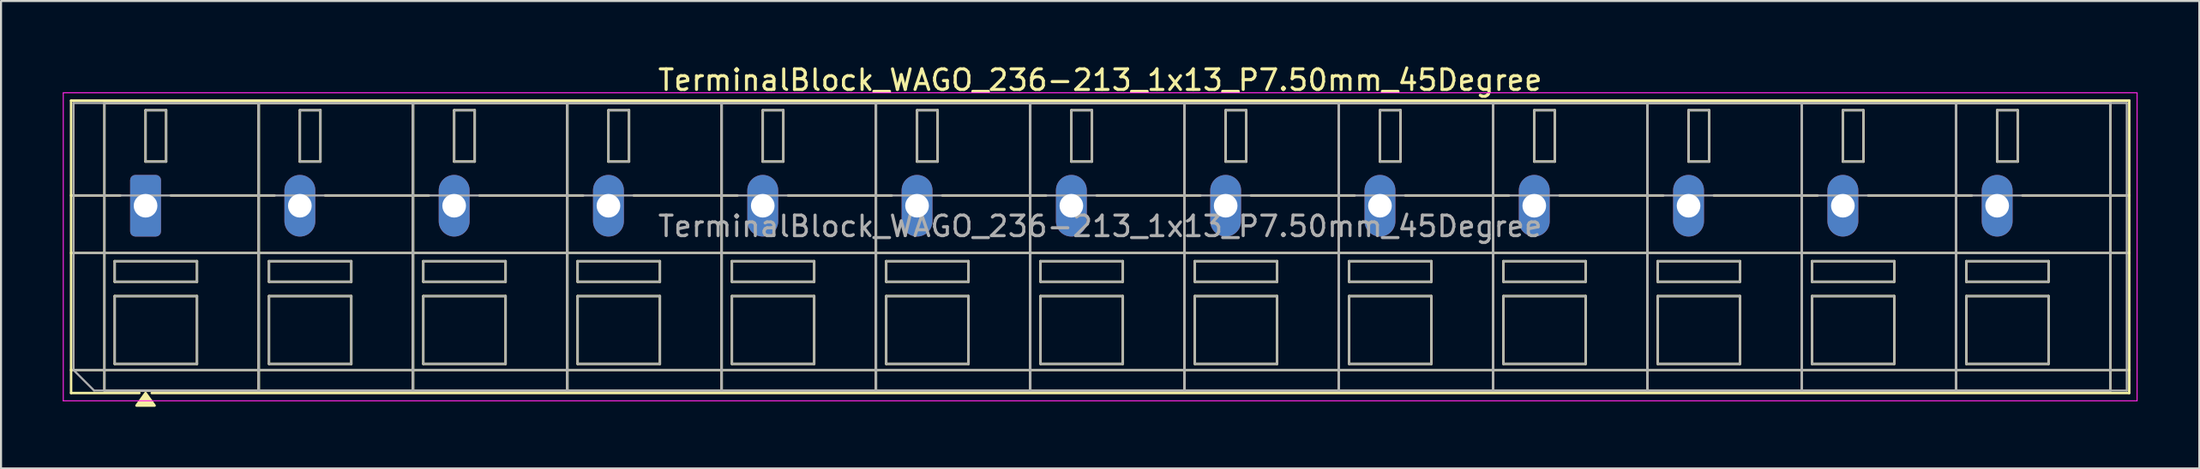
<source format=kicad_pcb>
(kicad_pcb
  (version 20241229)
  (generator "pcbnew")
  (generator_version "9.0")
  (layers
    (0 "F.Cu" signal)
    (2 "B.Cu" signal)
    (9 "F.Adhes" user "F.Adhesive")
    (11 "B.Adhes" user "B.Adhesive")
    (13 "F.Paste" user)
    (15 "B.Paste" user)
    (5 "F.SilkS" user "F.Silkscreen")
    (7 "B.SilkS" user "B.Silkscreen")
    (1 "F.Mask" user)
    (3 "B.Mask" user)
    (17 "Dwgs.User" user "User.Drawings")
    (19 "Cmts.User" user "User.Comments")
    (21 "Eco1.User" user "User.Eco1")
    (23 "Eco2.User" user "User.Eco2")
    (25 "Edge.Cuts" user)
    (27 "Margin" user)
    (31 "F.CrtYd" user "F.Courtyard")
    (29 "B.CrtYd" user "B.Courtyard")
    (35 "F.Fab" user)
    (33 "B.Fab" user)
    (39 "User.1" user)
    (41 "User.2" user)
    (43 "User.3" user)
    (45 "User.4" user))
  (footprint "TerminalBlock_WAGO_236-213_1x13_P7.50mm_45Degree"
    (layer "F.Cu")
    (at 4.025 6.968)
    (property "Reference" "TerminalBlock_WAGO_236-213_1x13_P7.50mm_45Degree" (at 46.4 -6.12 0) (layer "F.SilkS") (effects (font (size 1 1) (thickness 0.15))))
    (attr through_hole)
    (fp_line (start -3.62 -5.12) (end -3.62 9.12) (stroke (width 0.12) (type solid)) (layer "F.SilkS"))
    (fp_line (start -3.62 -5.12) (end 96.42 -5.12) (stroke (width 0.12) (type solid)) (layer "F.SilkS"))
    (fp_line (start -3.62 -0.5) (end -1.23 -0.5) (stroke (width 0.12) (type solid)) (layer "F.SilkS"))
    (fp_line (start -3.62 2.3) (end 96.42 2.3) (stroke (width 0.12) (type solid)) (layer "F.SilkS"))
    (fp_line (start -3.62 8) (end 96.42 8) (stroke (width 0.12) (type solid)) (layer "F.SilkS"))
    (fp_line (start -3.62 9.12) (end -0.3 9.12) (stroke (width 0.12) (type solid)) (layer "F.SilkS"))
    (fp_line (start -2 -5) (end -2 9) (stroke (width 0.12) (type solid)) (layer "F.SilkS"))
    (fp_line (start -2 -5) (end 5.5 -5) (stroke (width 0.12) (type solid)) (layer "F.SilkS"))
    (fp_line (start -2 9) (end 5.5 9) (stroke (width 0.12) (type solid)) (layer "F.SilkS"))
    (fp_line (start -1.5 2.7) (end -1.5 3.7) (stroke (width 0.12) (type solid)) (layer "F.SilkS"))
    (fp_line (start -1.5 2.7) (end 2.5 2.7) (stroke (width 0.12) (type solid)) (layer "F.SilkS"))
    (fp_line (start -1.5 3.7) (end 2.5 3.7) (stroke (width 0.12) (type solid)) (layer "F.SilkS"))
    (fp_line (start -1.5 4.4) (end -1.5 7.7) (stroke (width 0.12) (type solid)) (layer "F.SilkS"))
    (fp_line (start -1.5 4.4) (end 2.5 4.4) (stroke (width 0.12) (type solid)) (layer "F.SilkS"))
    (fp_line (start -1.5 7.7) (end 2.5 7.7) (stroke (width 0.12) (type solid)) (layer "F.SilkS"))
    (fp_line (start 0 -4.65) (end 0 -2.15) (stroke (width 0.12) (type solid)) (layer "F.SilkS"))
    (fp_line (start 0 -4.65) (end 1 -4.65) (stroke (width 0.12) (type solid)) (layer "F.SilkS"))
    (fp_line (start 0 -2.15) (end 1 -2.15) (stroke (width 0.12) (type solid)) (layer "F.SilkS"))
    (fp_line (start 0.3 9.12) (end 96.42 9.12) (stroke (width 0.12) (type solid)) (layer "F.SilkS"))
    (fp_line (start 1 -4.65) (end 1 -2.15) (stroke (width 0.12) (type solid)) (layer "F.SilkS"))
    (fp_line (start 1.23 -0.5) (end 6.27 -0.5) (stroke (width 0.12) (type solid)) (layer "F.SilkS"))
    (fp_line (start 2.5 2.7) (end 2.5 3.7) (stroke (width 0.12) (type solid)) (layer "F.SilkS"))
    (fp_line (start 2.5 4.4) (end 2.5 7.7) (stroke (width 0.12) (type solid)) (layer "F.SilkS"))
    (fp_line (start 5.5 -5) (end 5.5 9) (stroke (width 0.12) (type solid)) (layer "F.SilkS"))
    (fp_line (start 5.5 -5) (end 5.5 9) (stroke (width 0.12) (type solid)) (layer "F.SilkS"))
    (fp_line (start 5.5 -5) (end 13 -5) (stroke (width 0.12) (type solid)) (layer "F.SilkS"))
    (fp_line (start 5.5 9) (end 13 9) (stroke (width 0.12) (type solid)) (layer "F.SilkS"))
    (fp_line (start 6 2.7) (end 6 3.7) (stroke (width 0.12) (type solid)) (layer "F.SilkS"))
    (fp_line (start 6 2.7) (end 10 2.7) (stroke (width 0.12) (type solid)) (layer "F.SilkS"))
    (fp_line (start 6 3.7) (end 10 3.7) (stroke (width 0.12) (type solid)) (layer "F.SilkS"))
    (fp_line (start 6 4.4) (end 6 7.7) (stroke (width 0.12) (type solid)) (layer "F.SilkS"))
    (fp_line (start 6 4.4) (end 10 4.4) (stroke (width 0.12) (type solid)) (layer "F.SilkS"))
    (fp_line (start 6 7.7) (end 10 7.7) (stroke (width 0.12) (type solid)) (layer "F.SilkS"))
    (fp_line (start 7.5 -4.65) (end 7.5 -2.15) (stroke (width 0.12) (type solid)) (layer "F.SilkS"))
    (fp_line (start 7.5 -4.65) (end 8.5 -4.65) (stroke (width 0.12) (type solid)) (layer "F.SilkS"))
    (fp_line (start 7.5 -2.15) (end 8.5 -2.15) (stroke (width 0.12) (type solid)) (layer "F.SilkS"))
    (fp_line (start 8.5 -4.65) (end 8.5 -2.15) (stroke (width 0.12) (type solid)) (layer "F.SilkS"))
    (fp_line (start 8.73 -0.5) (end 13.77 -0.5) (stroke (width 0.12) (type solid)) (layer "F.SilkS"))
    (fp_line (start 10 2.7) (end 10 3.7) (stroke (width 0.12) (type solid)) (layer "F.SilkS"))
    (fp_line (start 10 4.4) (end 10 7.7) (stroke (width 0.12) (type solid)) (layer "F.SilkS"))
    (fp_line (start 13 -5) (end 13 9) (stroke (width 0.12) (type solid)) (layer "F.SilkS"))
    (fp_line (start 13 -5) (end 13 9) (stroke (width 0.12) (type solid)) (layer "F.SilkS"))
    (fp_line (start 13 -5) (end 20.5 -5) (stroke (width 0.12) (type solid)) (layer "F.SilkS"))
    (fp_line (start 13 9) (end 20.5 9) (stroke (width 0.12) (type solid)) (layer "F.SilkS"))
    (fp_line (start 13.5 2.7) (end 13.5 3.7) (stroke (width 0.12) (type solid)) (layer "F.SilkS"))
    (fp_line (start 13.5 2.7) (end 17.5 2.7) (stroke (width 0.12) (type solid)) (layer "F.SilkS"))
    (fp_line (start 13.5 3.7) (end 17.5 3.7) (stroke (width 0.12) (type solid)) (layer "F.SilkS"))
    (fp_line (start 13.5 4.4) (end 13.5 7.7) (stroke (width 0.12) (type solid)) (layer "F.SilkS"))
    (fp_line (start 13.5 4.4) (end 17.5 4.4) (stroke (width 0.12) (type solid)) (layer "F.SilkS"))
    (fp_line (start 13.5 7.7) (end 17.5 7.7) (stroke (width 0.12) (type solid)) (layer "F.SilkS"))
    (fp_line (start 15 -4.65) (end 15 -2.15) (stroke (width 0.12) (type solid)) (layer "F.SilkS"))
    (fp_line (start 15 -4.65) (end 16 -4.65) (stroke (width 0.12) (type solid)) (layer "F.SilkS"))
    (fp_line (start 15 -2.15) (end 16 -2.15) (stroke (width 0.12) (type solid)) (layer "F.SilkS"))
    (fp_line (start 16 -4.65) (end 16 -2.15) (stroke (width 0.12) (type solid)) (layer "F.SilkS"))
    (fp_line (start 16.23 -0.5) (end 21.27 -0.5) (stroke (width 0.12) (type solid)) (layer "F.SilkS"))
    (fp_line (start 17.5 2.7) (end 17.5 3.7) (stroke (width 0.12) (type solid)) (layer "F.SilkS"))
    (fp_line (start 17.5 4.4) (end 17.5 7.7) (stroke (width 0.12) (type solid)) (layer "F.SilkS"))
    (fp_line (start 20.5 -5) (end 20.5 9) (stroke (width 0.12) (type solid)) (layer "F.SilkS"))
    (fp_line (start 20.5 -5) (end 20.5 9) (stroke (width 0.12) (type solid)) (layer "F.SilkS"))
    (fp_line (start 20.5 -5) (end 28 -5) (stroke (width 0.12) (type solid)) (layer "F.SilkS"))
    (fp_line (start 20.5 9) (end 28 9) (stroke (width 0.12) (type solid)) (layer "F.SilkS"))
    (fp_line (start 21 2.7) (end 21 3.7) (stroke (width 0.12) (type solid)) (layer "F.SilkS"))
    (fp_line (start 21 2.7) (end 25 2.7) (stroke (width 0.12) (type solid)) (layer "F.SilkS"))
    (fp_line (start 21 3.7) (end 25 3.7) (stroke (width 0.12) (type solid)) (layer "F.SilkS"))
    (fp_line (start 21 4.4) (end 21 7.7) (stroke (width 0.12) (type solid)) (layer "F.SilkS"))
    (fp_line (start 21 4.4) (end 25 4.4) (stroke (width 0.12) (type solid)) (layer "F.SilkS"))
    (fp_line (start 21 7.7) (end 25 7.7) (stroke (width 0.12) (type solid)) (layer "F.SilkS"))
    (fp_line (start 22.5 -4.65) (end 22.5 -2.15) (stroke (width 0.12) (type solid)) (layer "F.SilkS"))
    (fp_line (start 22.5 -4.65) (end 23.5 -4.65) (stroke (width 0.12) (type solid)) (layer "F.SilkS"))
    (fp_line (start 22.5 -2.15) (end 23.5 -2.15) (stroke (width 0.12) (type solid)) (layer "F.SilkS"))
    (fp_line (start 23.5 -4.65) (end 23.5 -2.15) (stroke (width 0.12) (type solid)) (layer "F.SilkS"))
    (fp_line (start 23.73 -0.5) (end 28.77 -0.5) (stroke (width 0.12) (type solid)) (layer "F.SilkS"))
    (fp_line (start 25 2.7) (end 25 3.7) (stroke (width 0.12) (type solid)) (layer "F.SilkS"))
    (fp_line (start 25 4.4) (end 25 7.7) (stroke (width 0.12) (type solid)) (layer "F.SilkS"))
    (fp_line (start 28 -5) (end 28 9) (stroke (width 0.12) (type solid)) (layer "F.SilkS"))
    (fp_line (start 28 -5) (end 28 9) (stroke (width 0.12) (type solid)) (layer "F.SilkS"))
    (fp_line (start 28 -5) (end 35.5 -5) (stroke (width 0.12) (type solid)) (layer "F.SilkS"))
    (fp_line (start 28 9) (end 35.5 9) (stroke (width 0.12) (type solid)) (layer "F.SilkS"))
    (fp_line (start 28.5 2.7) (end 28.5 3.7) (stroke (width 0.12) (type solid)) (layer "F.SilkS"))
    (fp_line (start 28.5 2.7) (end 32.5 2.7) (stroke (width 0.12) (type solid)) (layer "F.SilkS"))
    (fp_line (start 28.5 3.7) (end 32.5 3.7) (stroke (width 0.12) (type solid)) (layer "F.SilkS"))
    (fp_line (start 28.5 4.4) (end 28.5 7.7) (stroke (width 0.12) (type solid)) (layer "F.SilkS"))
    (fp_line (start 28.5 4.4) (end 32.5 4.4) (stroke (width 0.12) (type solid)) (layer "F.SilkS"))
    (fp_line (start 28.5 7.7) (end 32.5 7.7) (stroke (width 0.12) (type solid)) (layer "F.SilkS"))
    (fp_line (start 30 -4.65) (end 30 -2.15) (stroke (width 0.12) (type solid)) (layer "F.SilkS"))
    (fp_line (start 30 -4.65) (end 31 -4.65) (stroke (width 0.12) (type solid)) (layer "F.SilkS"))
    (fp_line (start 30 -2.15) (end 31 -2.15) (stroke (width 0.12) (type solid)) (layer "F.SilkS"))
    (fp_line (start 31 -4.65) (end 31 -2.15) (stroke (width 0.12) (type solid)) (layer "F.SilkS"))
    (fp_line (start 31.23 -0.5) (end 36.27 -0.5) (stroke (width 0.12) (type solid)) (layer "F.SilkS"))
    (fp_line (start 32.5 2.7) (end 32.5 3.7) (stroke (width 0.12) (type solid)) (layer "F.SilkS"))
    (fp_line (start 32.5 4.4) (end 32.5 7.7) (stroke (width 0.12) (type solid)) (layer "F.SilkS"))
    (fp_line (start 35.5 -5) (end 35.5 9) (stroke (width 0.12) (type solid)) (layer "F.SilkS"))
    (fp_line (start 35.5 -5) (end 35.5 9) (stroke (width 0.12) (type solid)) (layer "F.SilkS"))
    (fp_line (start 35.5 -5) (end 43 -5) (stroke (width 0.12) (type solid)) (layer "F.SilkS"))
    (fp_line (start 35.5 9) (end 43 9) (stroke (width 0.12) (type solid)) (layer "F.SilkS"))
    (fp_line (start 36 2.7) (end 36 3.7) (stroke (width 0.12) (type solid)) (layer "F.SilkS"))
    (fp_line (start 36 2.7) (end 40 2.7) (stroke (width 0.12) (type solid)) (layer "F.SilkS"))
    (fp_line (start 36 3.7) (end 40 3.7) (stroke (width 0.12) (type solid)) (layer "F.SilkS"))
    (fp_line (start 36 4.4) (end 36 7.7) (stroke (width 0.12) (type solid)) (layer "F.SilkS"))
    (fp_line (start 36 4.4) (end 40 4.4) (stroke (width 0.12) (type solid)) (layer "F.SilkS"))
    (fp_line (start 36 7.7) (end 40 7.7) (stroke (width 0.12) (type solid)) (layer "F.SilkS"))
    (fp_line (start 37.5 -4.65) (end 37.5 -2.15) (stroke (width 0.12) (type solid)) (layer "F.SilkS"))
    (fp_line (start 37.5 -4.65) (end 38.5 -4.65) (stroke (width 0.12) (type solid)) (layer "F.SilkS"))
    (fp_line (start 37.5 -2.15) (end 38.5 -2.15) (stroke (width 0.12) (type solid)) (layer "F.SilkS"))
    (fp_line (start 38.5 -4.65) (end 38.5 -2.15) (stroke (width 0.12) (type solid)) (layer "F.SilkS"))
    (fp_line (start 38.73 -0.5) (end 43.77 -0.5) (stroke (width 0.12) (type solid)) (layer "F.SilkS"))
    (fp_line (start 40 2.7) (end 40 3.7) (stroke (width 0.12) (type solid)) (layer "F.SilkS"))
    (fp_line (start 40 4.4) (end 40 7.7) (stroke (width 0.12) (type solid)) (layer "F.SilkS"))
    (fp_line (start 43 -5) (end 43 9) (stroke (width 0.12) (type solid)) (layer "F.SilkS"))
    (fp_line (start 43 -5) (end 43 9) (stroke (width 0.12) (type solid)) (layer "F.SilkS"))
    (fp_line (start 43 -5) (end 50.5 -5) (stroke (width 0.12) (type solid)) (layer "F.SilkS"))
    (fp_line (start 43 9) (end 50.5 9) (stroke (width 0.12) (type solid)) (layer "F.SilkS"))
    (fp_line (start 43.5 2.7) (end 43.5 3.7) (stroke (width 0.12) (type solid)) (layer "F.SilkS"))
    (fp_line (start 43.5 2.7) (end 47.5 2.7) (stroke (width 0.12) (type solid)) (layer "F.SilkS"))
    (fp_line (start 43.5 3.7) (end 47.5 3.7) (stroke (width 0.12) (type solid)) (layer "F.SilkS"))
    (fp_line (start 43.5 4.4) (end 43.5 7.7) (stroke (width 0.12) (type solid)) (layer "F.SilkS"))
    (fp_line (start 43.5 4.4) (end 47.5 4.4) (stroke (width 0.12) (type solid)) (layer "F.SilkS"))
    (fp_line (start 43.5 7.7) (end 47.5 7.7) (stroke (width 0.12) (type solid)) (layer "F.SilkS"))
    (fp_line (start 45 -4.65) (end 45 -2.15) (stroke (width 0.12) (type solid)) (layer "F.SilkS"))
    (fp_line (start 45 -4.65) (end 46 -4.65) (stroke (width 0.12) (type solid)) (layer "F.SilkS"))
    (fp_line (start 45 -2.15) (end 46 -2.15) (stroke (width 0.12) (type solid)) (layer "F.SilkS"))
    (fp_line (start 46 -4.65) (end 46 -2.15) (stroke (width 0.12) (type solid)) (layer "F.SilkS"))
    (fp_line (start 46.23 -0.5) (end 51.27 -0.5) (stroke (width 0.12) (type solid)) (layer "F.SilkS"))
    (fp_line (start 47.5 2.7) (end 47.5 3.7) (stroke (width 0.12) (type solid)) (layer "F.SilkS"))
    (fp_line (start 47.5 4.4) (end 47.5 7.7) (stroke (width 0.12) (type solid)) (layer "F.SilkS"))
    (fp_line (start 50.5 -5) (end 50.5 9) (stroke (width 0.12) (type solid)) (layer "F.SilkS"))
    (fp_line (start 50.5 -5) (end 50.5 9) (stroke (width 0.12) (type solid)) (layer "F.SilkS"))
    (fp_line (start 50.5 -5) (end 58 -5) (stroke (width 0.12) (type solid)) (layer "F.SilkS"))
    (fp_line (start 50.5 9) (end 58 9) (stroke (width 0.12) (type solid)) (layer "F.SilkS"))
    (fp_line (start 51 2.7) (end 51 3.7) (stroke (width 0.12) (type solid)) (layer "F.SilkS"))
    (fp_line (start 51 2.7) (end 55 2.7) (stroke (width 0.12) (type solid)) (layer "F.SilkS"))
    (fp_line (start 51 3.7) (end 55 3.7) (stroke (width 0.12) (type solid)) (layer "F.SilkS"))
    (fp_line (start 51 4.4) (end 51 7.7) (stroke (width 0.12) (type solid)) (layer "F.SilkS"))
    (fp_line (start 51 4.4) (end 55 4.4) (stroke (width 0.12) (type solid)) (layer "F.SilkS"))
    (fp_line (start 51 7.7) (end 55 7.7) (stroke (width 0.12) (type solid)) (layer "F.SilkS"))
    (fp_line (start 52.5 -4.65) (end 52.5 -2.15) (stroke (width 0.12) (type solid)) (layer "F.SilkS"))
    (fp_line (start 52.5 -4.65) (end 53.5 -4.65) (stroke (width 0.12) (type solid)) (layer "F.SilkS"))
    (fp_line (start 52.5 -2.15) (end 53.5 -2.15) (stroke (width 0.12) (type solid)) (layer "F.SilkS"))
    (fp_line (start 53.5 -4.65) (end 53.5 -2.15) (stroke (width 0.12) (type solid)) (layer "F.SilkS"))
    (fp_line (start 53.73 -0.5) (end 58.77 -0.5) (stroke (width 0.12) (type solid)) (layer "F.SilkS"))
    (fp_line (start 55 2.7) (end 55 3.7) (stroke (width 0.12) (type solid)) (layer "F.SilkS"))
    (fp_line (start 55 4.4) (end 55 7.7) (stroke (width 0.12) (type solid)) (layer "F.SilkS"))
    (fp_line (start 58 -5) (end 58 9) (stroke (width 0.12) (type solid)) (layer "F.SilkS"))
    (fp_line (start 58 -5) (end 58 9) (stroke (width 0.12) (type solid)) (layer "F.SilkS"))
    (fp_line (start 58 -5) (end 65.5 -5) (stroke (width 0.12) (type solid)) (layer "F.SilkS"))
    (fp_line (start 58 9) (end 65.5 9) (stroke (width 0.12) (type solid)) (layer "F.SilkS"))
    (fp_line (start 58.5 2.7) (end 58.5 3.7) (stroke (width 0.12) (type solid)) (layer "F.SilkS"))
    (fp_line (start 58.5 2.7) (end 62.5 2.7) (stroke (width 0.12) (type solid)) (layer "F.SilkS"))
    (fp_line (start 58.5 3.7) (end 62.5 3.7) (stroke (width 0.12) (type solid)) (layer "F.SilkS"))
    (fp_line (start 58.5 4.4) (end 58.5 7.7) (stroke (width 0.12) (type solid)) (layer "F.SilkS"))
    (fp_line (start 58.5 4.4) (end 62.5 4.4) (stroke (width 0.12) (type solid)) (layer "F.SilkS"))
    (fp_line (start 58.5 7.7) (end 62.5 7.7) (stroke (width 0.12) (type solid)) (layer "F.SilkS"))
    (fp_line (start 60 -4.65) (end 60 -2.15) (stroke (width 0.12) (type solid)) (layer "F.SilkS"))
    (fp_line (start 60 -4.65) (end 61 -4.65) (stroke (width 0.12) (type solid)) (layer "F.SilkS"))
    (fp_line (start 60 -2.15) (end 61 -2.15) (stroke (width 0.12) (type solid)) (layer "F.SilkS"))
    (fp_line (start 61 -4.65) (end 61 -2.15) (stroke (width 0.12) (type solid)) (layer "F.SilkS"))
    (fp_line (start 61.23 -0.5) (end 66.27 -0.5) (stroke (width 0.12) (type solid)) (layer "F.SilkS"))
    (fp_line (start 62.5 2.7) (end 62.5 3.7) (stroke (width 0.12) (type solid)) (layer "F.SilkS"))
    (fp_line (start 62.5 4.4) (end 62.5 7.7) (stroke (width 0.12) (type solid)) (layer "F.SilkS"))
    (fp_line (start 65.5 -5) (end 65.5 9) (stroke (width 0.12) (type solid)) (layer "F.SilkS"))
    (fp_line (start 65.5 -5) (end 65.5 9) (stroke (width 0.12) (type solid)) (layer "F.SilkS"))
    (fp_line (start 65.5 -5) (end 73 -5) (stroke (width 0.12) (type solid)) (layer "F.SilkS"))
    (fp_line (start 65.5 9) (end 73 9) (stroke (width 0.12) (type solid)) (layer "F.SilkS"))
    (fp_line (start 66 2.7) (end 66 3.7) (stroke (width 0.12) (type solid)) (layer "F.SilkS"))
    (fp_line (start 66 2.7) (end 70 2.7) (stroke (width 0.12) (type solid)) (layer "F.SilkS"))
    (fp_line (start 66 3.7) (end 70 3.7) (stroke (width 0.12) (type solid)) (layer "F.SilkS"))
    (fp_line (start 66 4.4) (end 66 7.7) (stroke (width 0.12) (type solid)) (layer "F.SilkS"))
    (fp_line (start 66 4.4) (end 70 4.4) (stroke (width 0.12) (type solid)) (layer "F.SilkS"))
    (fp_line (start 66 7.7) (end 70 7.7) (stroke (width 0.12) (type solid)) (layer "F.SilkS"))
    (fp_line (start 67.5 -4.65) (end 67.5 -2.15) (stroke (width 0.12) (type solid)) (layer "F.SilkS"))
    (fp_line (start 67.5 -4.65) (end 68.5 -4.65) (stroke (width 0.12) (type solid)) (layer "F.SilkS"))
    (fp_line (start 67.5 -2.15) (end 68.5 -2.15) (stroke (width 0.12) (type solid)) (layer "F.SilkS"))
    (fp_line (start 68.5 -4.65) (end 68.5 -2.15) (stroke (width 0.12) (type solid)) (layer "F.SilkS"))
    (fp_line (start 68.73 -0.5) (end 73.77 -0.5) (stroke (width 0.12) (type solid)) (layer "F.SilkS"))
    (fp_line (start 70 2.7) (end 70 3.7) (stroke (width 0.12) (type solid)) (layer "F.SilkS"))
    (fp_line (start 70 4.4) (end 70 7.7) (stroke (width 0.12) (type solid)) (layer "F.SilkS"))
    (fp_line (start 73 -5) (end 73 9) (stroke (width 0.12) (type solid)) (layer "F.SilkS"))
    (fp_line (start 73 -5) (end 73 9) (stroke (width 0.12) (type solid)) (layer "F.SilkS"))
    (fp_line (start 73 -5) (end 80.5 -5) (stroke (width 0.12) (type solid)) (layer "F.SilkS"))
    (fp_line (start 73 9) (end 80.5 9) (stroke (width 0.12) (type solid)) (layer "F.SilkS"))
    (fp_line (start 73.5 2.7) (end 73.5 3.7) (stroke (width 0.12) (type solid)) (layer "F.SilkS"))
    (fp_line (start 73.5 2.7) (end 77.5 2.7) (stroke (width 0.12) (type solid)) (layer "F.SilkS"))
    (fp_line (start 73.5 3.7) (end 77.5 3.7) (stroke (width 0.12) (type solid)) (layer "F.SilkS"))
    (fp_line (start 73.5 4.4) (end 73.5 7.7) (stroke (width 0.12) (type solid)) (layer "F.SilkS"))
    (fp_line (start 73.5 4.4) (end 77.5 4.4) (stroke (width 0.12) (type solid)) (layer "F.SilkS"))
    (fp_line (start 73.5 7.7) (end 77.5 7.7) (stroke (width 0.12) (type solid)) (layer "F.SilkS"))
    (fp_line (start 75 -4.65) (end 75 -2.15) (stroke (width 0.12) (type solid)) (layer "F.SilkS"))
    (fp_line (start 75 -4.65) (end 76 -4.65) (stroke (width 0.12) (type solid)) (layer "F.SilkS"))
    (fp_line (start 75 -2.15) (end 76 -2.15) (stroke (width 0.12) (type solid)) (layer "F.SilkS"))
    (fp_line (start 76 -4.65) (end 76 -2.15) (stroke (width 0.12) (type solid)) (layer "F.SilkS"))
    (fp_line (start 76.23 -0.5) (end 81.27 -0.5) (stroke (width 0.12) (type solid)) (layer "F.SilkS"))
    (fp_line (start 77.5 2.7) (end 77.5 3.7) (stroke (width 0.12) (type solid)) (layer "F.SilkS"))
    (fp_line (start 77.5 4.4) (end 77.5 7.7) (stroke (width 0.12) (type solid)) (layer "F.SilkS"))
    (fp_line (start 80.5 -5) (end 80.5 9) (stroke (width 0.12) (type solid)) (layer "F.SilkS"))
    (fp_line (start 80.5 -5) (end 80.5 9) (stroke (width 0.12) (type solid)) (layer "F.SilkS"))
    (fp_line (start 80.5 -5) (end 88 -5) (stroke (width 0.12) (type solid)) (layer "F.SilkS"))
    (fp_line (start 80.5 9) (end 88 9) (stroke (width 0.12) (type solid)) (layer "F.SilkS"))
    (fp_line (start 81 2.7) (end 81 3.7) (stroke (width 0.12) (type solid)) (layer "F.SilkS"))
    (fp_line (start 81 2.7) (end 85 2.7) (stroke (width 0.12) (type solid)) (layer "F.SilkS"))
    (fp_line (start 81 3.7) (end 85 3.7) (stroke (width 0.12) (type solid)) (layer "F.SilkS"))
    (fp_line (start 81 4.4) (end 81 7.7) (stroke (width 0.12) (type solid)) (layer "F.SilkS"))
    (fp_line (start 81 4.4) (end 85 4.4) (stroke (width 0.12) (type solid)) (layer "F.SilkS"))
    (fp_line (start 81 7.7) (end 85 7.7) (stroke (width 0.12) (type solid)) (layer "F.SilkS"))
    (fp_line (start 82.5 -4.65) (end 82.5 -2.15) (stroke (width 0.12) (type solid)) (layer "F.SilkS"))
    (fp_line (start 82.5 -4.65) (end 83.5 -4.65) (stroke (width 0.12) (type solid)) (layer "F.SilkS"))
    (fp_line (start 82.5 -2.15) (end 83.5 -2.15) (stroke (width 0.12) (type solid)) (layer "F.SilkS"))
    (fp_line (start 83.5 -4.65) (end 83.5 -2.15) (stroke (width 0.12) (type solid)) (layer "F.SilkS"))
    (fp_line (start 83.73 -0.5) (end 88.77 -0.5) (stroke (width 0.12) (type solid)) (layer "F.SilkS"))
    (fp_line (start 85 2.7) (end 85 3.7) (stroke (width 0.12) (type solid)) (layer "F.SilkS"))
    (fp_line (start 85 4.4) (end 85 7.7) (stroke (width 0.12) (type solid)) (layer "F.SilkS"))
    (fp_line (start 88 -5) (end 88 9) (stroke (width 0.12) (type solid)) (layer "F.SilkS"))
    (fp_line (start 88 -5) (end 88 9) (stroke (width 0.12) (type solid)) (layer "F.SilkS"))
    (fp_line (start 88 -5) (end 95.5 -5) (stroke (width 0.12) (type solid)) (layer "F.SilkS"))
    (fp_line (start 88 9) (end 95.5 9) (stroke (width 0.12) (type solid)) (layer "F.SilkS"))
    (fp_line (start 88.5 2.7) (end 88.5 3.7) (stroke (width 0.12) (type solid)) (layer "F.SilkS"))
    (fp_line (start 88.5 2.7) (end 92.5 2.7) (stroke (width 0.12) (type solid)) (layer "F.SilkS"))
    (fp_line (start 88.5 3.7) (end 92.5 3.7) (stroke (width 0.12) (type solid)) (layer "F.SilkS"))
    (fp_line (start 88.5 4.4) (end 88.5 7.7) (stroke (width 0.12) (type solid)) (layer "F.SilkS"))
    (fp_line (start 88.5 4.4) (end 92.5 4.4) (stroke (width 0.12) (type solid)) (layer "F.SilkS"))
    (fp_line (start 88.5 7.7) (end 92.5 7.7) (stroke (width 0.12) (type solid)) (layer "F.SilkS"))
    (fp_line (start 90 -4.65) (end 90 -2.15) (stroke (width 0.12) (type solid)) (layer "F.SilkS"))
    (fp_line (start 90 -4.65) (end 91 -4.65) (stroke (width 0.12) (type solid)) (layer "F.SilkS"))
    (fp_line (start 90 -2.15) (end 91 -2.15) (stroke (width 0.12) (type solid)) (layer "F.SilkS"))
    (fp_line (start 91 -4.65) (end 91 -2.15) (stroke (width 0.12) (type solid)) (layer "F.SilkS"))
    (fp_line (start 91.23 -0.5) (end 96.42 -0.5) (stroke (width 0.12) (type solid)) (layer "F.SilkS"))
    (fp_line (start 92.5 2.7) (end 92.5 3.7) (stroke (width 0.12) (type solid)) (layer "F.SilkS"))
    (fp_line (start 92.5 4.4) (end 92.5 7.7) (stroke (width 0.12) (type solid)) (layer "F.SilkS"))
    (fp_line (start 95.5 -5) (end 95.5 9) (stroke (width 0.12) (type solid)) (layer "F.SilkS"))
    (fp_line (start 96.42 -5.12) (end 96.42 9.12) (stroke (width 0.12) (type solid)) (layer "F.SilkS"))
    (fp_poly (pts (xy 0 9.12) (xy 0.44 9.73) (xy -0.44 9.73)) (stroke (width 0.12) (type solid)) (fill yes) (layer "F.SilkS"))
    (fp_line (start -4 -5.5) (end -4 9.5) (stroke (width 0.05) (type solid)) (layer "F.CrtYd"))
    (fp_line (start -4 9.5) (end 96.8 9.5) (stroke (width 0.05) (type solid)) (layer "F.CrtYd"))
    (fp_line (start 96.8 -5.5) (end -4 -5.5) (stroke (width 0.05) (type solid)) (layer "F.CrtYd"))
    (fp_line (start 96.8 9.5) (end 96.8 -5.5) (stroke (width 0.05) (type solid)) (layer "F.CrtYd"))
    (fp_line (start -3.5 -5) (end 96.3 -5) (stroke (width 0.1) (type solid)) (layer "F.Fab"))
    (fp_line (start -3.5 -0.5) (end 96.3 -0.5) (stroke (width 0.1) (type solid)) (layer "F.Fab"))
    (fp_line (start -3.5 2.3) (end 96.3 2.3) (stroke (width 0.1) (type solid)) (layer "F.Fab"))
    (fp_line (start -3.5 8) (end -3.5 -5) (stroke (width 0.1) (type solid)) (layer "F.Fab"))
    (fp_line (start -3.5 8) (end 96.3 8) (stroke (width 0.1) (type solid)) (layer "F.Fab"))
    (fp_line (start -2.5 9) (end -3.5 8) (stroke (width 0.1) (type solid)) (layer "F.Fab"))
    (fp_line (start -2 -5) (end -2 9) (stroke (width 0.1) (type solid)) (layer "F.Fab"))
    (fp_line (start -2 9) (end 5.5 9) (stroke (width 0.1) (type solid)) (layer "F.Fab"))
    (fp_line (start -1.5 2.7) (end -1.5 3.7) (stroke (width 0.1) (type solid)) (layer "F.Fab"))
    (fp_line (start -1.5 3.7) (end 2.5 3.7) (stroke (width 0.1) (type solid)) (layer "F.Fab"))
    (fp_line (start -1.5 4.4) (end -1.5 7.7) (stroke (width 0.1) (type solid)) (layer "F.Fab"))
    (fp_line (start -1.5 7.7) (end 2.5 7.7) (stroke (width 0.1) (type solid)) (layer "F.Fab"))
    (fp_line (start 0 -4.65) (end 0 -2.15) (stroke (width 0.1) (type solid)) (layer "F.Fab"))
    (fp_line (start 0 -2.15) (end 1 -2.15) (stroke (width 0.1) (type solid)) (layer "F.Fab"))
    (fp_line (start 1 -4.65) (end 0 -4.65) (stroke (width 0.1) (type solid)) (layer "F.Fab"))
    (fp_line (start 1 -2.15) (end 1 -4.65) (stroke (width 0.1) (type solid)) (layer "F.Fab"))
    (fp_line (start 2.5 2.7) (end -1.5 2.7) (stroke (width 0.1) (type solid)) (layer "F.Fab"))
    (fp_line (start 2.5 3.7) (end 2.5 2.7) (stroke (width 0.1) (type solid)) (layer "F.Fab"))
    (fp_line (start 2.5 4.4) (end -1.5 4.4) (stroke (width 0.1) (type solid)) (layer "F.Fab"))
    (fp_line (start 2.5 7.7) (end 2.5 4.4) (stroke (width 0.1) (type solid)) (layer "F.Fab"))
    (fp_line (start 5.5 -5) (end -2 -5) (stroke (width 0.1) (type solid)) (layer "F.Fab"))
    (fp_line (start 5.5 -5) (end 5.5 9) (stroke (width 0.1) (type solid)) (layer "F.Fab"))
    (fp_line (start 5.5 9) (end 5.5 -5) (stroke (width 0.1) (type solid)) (layer "F.Fab"))
    (fp_line (start 5.5 9) (end 13 9) (stroke (width 0.1) (type solid)) (layer "F.Fab"))
    (fp_line (start 6 2.7) (end 6 3.7) (stroke (width 0.1) (type solid)) (layer "F.Fab"))
    (fp_line (start 6 3.7) (end 10 3.7) (stroke (width 0.1) (type solid)) (layer "F.Fab"))
    (fp_line (start 6 4.4) (end 6 7.7) (stroke (width 0.1) (type solid)) (layer "F.Fab"))
    (fp_line (start 6 7.7) (end 10 7.7) (stroke (width 0.1) (type solid)) (layer "F.Fab"))
    (fp_line (start 7.5 -4.65) (end 7.5 -2.15) (stroke (width 0.1) (type solid)) (layer "F.Fab"))
    (fp_line (start 7.5 -2.15) (end 8.5 -2.15) (stroke (width 0.1) (type solid)) (layer "F.Fab"))
    (fp_line (start 8.5 -4.65) (end 7.5 -4.65) (stroke (width 0.1) (type solid)) (layer "F.Fab"))
    (fp_line (start 8.5 -2.15) (end 8.5 -4.65) (stroke (width 0.1) (type solid)) (layer "F.Fab"))
    (fp_line (start 10 2.7) (end 6 2.7) (stroke (width 0.1) (type solid)) (layer "F.Fab"))
    (fp_line (start 10 3.7) (end 10 2.7) (stroke (width 0.1) (type solid)) (layer "F.Fab"))
    (fp_line (start 10 4.4) (end 6 4.4) (stroke (width 0.1) (type solid)) (layer "F.Fab"))
    (fp_line (start 10 7.7) (end 10 4.4) (stroke (width 0.1) (type solid)) (layer "F.Fab"))
    (fp_line (start 13 -5) (end 5.5 -5) (stroke (width 0.1) (type solid)) (layer "F.Fab"))
    (fp_line (start 13 -5) (end 13 9) (stroke (width 0.1) (type solid)) (layer "F.Fab"))
    (fp_line (start 13 9) (end 13 -5) (stroke (width 0.1) (type solid)) (layer "F.Fab"))
    (fp_line (start 13 9) (end 20.5 9) (stroke (width 0.1) (type solid)) (layer "F.Fab"))
    (fp_line (start 13.5 2.7) (end 13.5 3.7) (stroke (width 0.1) (type solid)) (layer "F.Fab"))
    (fp_line (start 13.5 3.7) (end 17.5 3.7) (stroke (width 0.1) (type solid)) (layer "F.Fab"))
    (fp_line (start 13.5 4.4) (end 13.5 7.7) (stroke (width 0.1) (type solid)) (layer "F.Fab"))
    (fp_line (start 13.5 7.7) (end 17.5 7.7) (stroke (width 0.1) (type solid)) (layer "F.Fab"))
    (fp_line (start 15 -4.65) (end 15 -2.15) (stroke (width 0.1) (type solid)) (layer "F.Fab"))
    (fp_line (start 15 -2.15) (end 16 -2.15) (stroke (width 0.1) (type solid)) (layer "F.Fab"))
    (fp_line (start 16 -4.65) (end 15 -4.65) (stroke (width 0.1) (type solid)) (layer "F.Fab"))
    (fp_line (start 16 -2.15) (end 16 -4.65) (stroke (width 0.1) (type solid)) (layer "F.Fab"))
    (fp_line (start 17.5 2.7) (end 13.5 2.7) (stroke (width 0.1) (type solid)) (layer "F.Fab"))
    (fp_line (start 17.5 3.7) (end 17.5 2.7) (stroke (width 0.1) (type solid)) (layer "F.Fab"))
    (fp_line (start 17.5 4.4) (end 13.5 4.4) (stroke (width 0.1) (type solid)) (layer "F.Fab"))
    (fp_line (start 17.5 7.7) (end 17.5 4.4) (stroke (width 0.1) (type solid)) (layer "F.Fab"))
    (fp_line (start 20.5 -5) (end 13 -5) (stroke (width 0.1) (type solid)) (layer "F.Fab"))
    (fp_line (start 20.5 -5) (end 20.5 9) (stroke (width 0.1) (type solid)) (layer "F.Fab"))
    (fp_line (start 20.5 9) (end 20.5 -5) (stroke (width 0.1) (type solid)) (layer "F.Fab"))
    (fp_line (start 20.5 9) (end 28 9) (stroke (width 0.1) (type solid)) (layer "F.Fab"))
    (fp_line (start 21 2.7) (end 21 3.7) (stroke (width 0.1) (type solid)) (layer "F.Fab"))
    (fp_line (start 21 3.7) (end 25 3.7) (stroke (width 0.1) (type solid)) (layer "F.Fab"))
    (fp_line (start 21 4.4) (end 21 7.7) (stroke (width 0.1) (type solid)) (layer "F.Fab"))
    (fp_line (start 21 7.7) (end 25 7.7) (stroke (width 0.1) (type solid)) (layer "F.Fab"))
    (fp_line (start 22.5 -4.65) (end 22.5 -2.15) (stroke (width 0.1) (type solid)) (layer "F.Fab"))
    (fp_line (start 22.5 -2.15) (end 23.5 -2.15) (stroke (width 0.1) (type solid)) (layer "F.Fab"))
    (fp_line (start 23.5 -4.65) (end 22.5 -4.65) (stroke (width 0.1) (type solid)) (layer "F.Fab"))
    (fp_line (start 23.5 -2.15) (end 23.5 -4.65) (stroke (width 0.1) (type solid)) (layer "F.Fab"))
    (fp_line (start 25 2.7) (end 21 2.7) (stroke (width 0.1) (type solid)) (layer "F.Fab"))
    (fp_line (start 25 3.7) (end 25 2.7) (stroke (width 0.1) (type solid)) (layer "F.Fab"))
    (fp_line (start 25 4.4) (end 21 4.4) (stroke (width 0.1) (type solid)) (layer "F.Fab"))
    (fp_line (start 25 7.7) (end 25 4.4) (stroke (width 0.1) (type solid)) (layer "F.Fab"))
    (fp_line (start 28 -5) (end 20.5 -5) (stroke (width 0.1) (type solid)) (layer "F.Fab"))
    (fp_line (start 28 -5) (end 28 9) (stroke (width 0.1) (type solid)) (layer "F.Fab"))
    (fp_line (start 28 9) (end 28 -5) (stroke (width 0.1) (type solid)) (layer "F.Fab"))
    (fp_line (start 28 9) (end 35.5 9) (stroke (width 0.1) (type solid)) (layer "F.Fab"))
    (fp_line (start 28.5 2.7) (end 28.5 3.7) (stroke (width 0.1) (type solid)) (layer "F.Fab"))
    (fp_line (start 28.5 3.7) (end 32.5 3.7) (stroke (width 0.1) (type solid)) (layer "F.Fab"))
    (fp_line (start 28.5 4.4) (end 28.5 7.7) (stroke (width 0.1) (type solid)) (layer "F.Fab"))
    (fp_line (start 28.5 7.7) (end 32.5 7.7) (stroke (width 0.1) (type solid)) (layer "F.Fab"))
    (fp_line (start 30 -4.65) (end 30 -2.15) (stroke (width 0.1) (type solid)) (layer "F.Fab"))
    (fp_line (start 30 -2.15) (end 31 -2.15) (stroke (width 0.1) (type solid)) (layer "F.Fab"))
    (fp_line (start 31 -4.65) (end 30 -4.65) (stroke (width 0.1) (type solid)) (layer "F.Fab"))
    (fp_line (start 31 -2.15) (end 31 -4.65) (stroke (width 0.1) (type solid)) (layer "F.Fab"))
    (fp_line (start 32.5 2.7) (end 28.5 2.7) (stroke (width 0.1) (type solid)) (layer "F.Fab"))
    (fp_line (start 32.5 3.7) (end 32.5 2.7) (stroke (width 0.1) (type solid)) (layer "F.Fab"))
    (fp_line (start 32.5 4.4) (end 28.5 4.4) (stroke (width 0.1) (type solid)) (layer "F.Fab"))
    (fp_line (start 32.5 7.7) (end 32.5 4.4) (stroke (width 0.1) (type solid)) (layer "F.Fab"))
    (fp_line (start 35.5 -5) (end 28 -5) (stroke (width 0.1) (type solid)) (layer "F.Fab"))
    (fp_line (start 35.5 -5) (end 35.5 9) (stroke (width 0.1) (type solid)) (layer "F.Fab"))
    (fp_line (start 35.5 9) (end 35.5 -5) (stroke (width 0.1) (type solid)) (layer "F.Fab"))
    (fp_line (start 35.5 9) (end 43 9) (stroke (width 0.1) (type solid)) (layer "F.Fab"))
    (fp_line (start 36 2.7) (end 36 3.7) (stroke (width 0.1) (type solid)) (layer "F.Fab"))
    (fp_line (start 36 3.7) (end 40 3.7) (stroke (width 0.1) (type solid)) (layer "F.Fab"))
    (fp_line (start 36 4.4) (end 36 7.7) (stroke (width 0.1) (type solid)) (layer "F.Fab"))
    (fp_line (start 36 7.7) (end 40 7.7) (stroke (width 0.1) (type solid)) (layer "F.Fab"))
    (fp_line (start 37.5 -4.65) (end 37.5 -2.15) (stroke (width 0.1) (type solid)) (layer "F.Fab"))
    (fp_line (start 37.5 -2.15) (end 38.5 -2.15) (stroke (width 0.1) (type solid)) (layer "F.Fab"))
    (fp_line (start 38.5 -4.65) (end 37.5 -4.65) (stroke (width 0.1) (type solid)) (layer "F.Fab"))
    (fp_line (start 38.5 -2.15) (end 38.5 -4.65) (stroke (width 0.1) (type solid)) (layer "F.Fab"))
    (fp_line (start 40 2.7) (end 36 2.7) (stroke (width 0.1) (type solid)) (layer "F.Fab"))
    (fp_line (start 40 3.7) (end 40 2.7) (stroke (width 0.1) (type solid)) (layer "F.Fab"))
    (fp_line (start 40 4.4) (end 36 4.4) (stroke (width 0.1) (type solid)) (layer "F.Fab"))
    (fp_line (start 40 7.7) (end 40 4.4) (stroke (width 0.1) (type solid)) (layer "F.Fab"))
    (fp_line (start 43 -5) (end 35.5 -5) (stroke (width 0.1) (type solid)) (layer "F.Fab"))
    (fp_line (start 43 -5) (end 43 9) (stroke (width 0.1) (type solid)) (layer "F.Fab"))
    (fp_line (start 43 9) (end 43 -5) (stroke (width 0.1) (type solid)) (layer "F.Fab"))
    (fp_line (start 43 9) (end 50.5 9) (stroke (width 0.1) (type solid)) (layer "F.Fab"))
    (fp_line (start 43.5 2.7) (end 43.5 3.7) (stroke (width 0.1) (type solid)) (layer "F.Fab"))
    (fp_line (start 43.5 3.7) (end 47.5 3.7) (stroke (width 0.1) (type solid)) (layer "F.Fab"))
    (fp_line (start 43.5 4.4) (end 43.5 7.7) (stroke (width 0.1) (type solid)) (layer "F.Fab"))
    (fp_line (start 43.5 7.7) (end 47.5 7.7) (stroke (width 0.1) (type solid)) (layer "F.Fab"))
    (fp_line (start 45 -4.65) (end 45 -2.15) (stroke (width 0.1) (type solid)) (layer "F.Fab"))
    (fp_line (start 45 -2.15) (end 46 -2.15) (stroke (width 0.1) (type solid)) (layer "F.Fab"))
    (fp_line (start 46 -4.65) (end 45 -4.65) (stroke (width 0.1) (type solid)) (layer "F.Fab"))
    (fp_line (start 46 -2.15) (end 46 -4.65) (stroke (width 0.1) (type solid)) (layer "F.Fab"))
    (fp_line (start 47.5 2.7) (end 43.5 2.7) (stroke (width 0.1) (type solid)) (layer "F.Fab"))
    (fp_line (start 47.5 3.7) (end 47.5 2.7) (stroke (width 0.1) (type solid)) (layer "F.Fab"))
    (fp_line (start 47.5 4.4) (end 43.5 4.4) (stroke (width 0.1) (type solid)) (layer "F.Fab"))
    (fp_line (start 47.5 7.7) (end 47.5 4.4) (stroke (width 0.1) (type solid)) (layer "F.Fab"))
    (fp_line (start 50.5 -5) (end 43 -5) (stroke (width 0.1) (type solid)) (layer "F.Fab"))
    (fp_line (start 50.5 -5) (end 50.5 9) (stroke (width 0.1) (type solid)) (layer "F.Fab"))
    (fp_line (start 50.5 9) (end 50.5 -5) (stroke (width 0.1) (type solid)) (layer "F.Fab"))
    (fp_line (start 50.5 9) (end 58 9) (stroke (width 0.1) (type solid)) (layer "F.Fab"))
    (fp_line (start 51 2.7) (end 51 3.7) (stroke (width 0.1) (type solid)) (layer "F.Fab"))
    (fp_line (start 51 3.7) (end 55 3.7) (stroke (width 0.1) (type solid)) (layer "F.Fab"))
    (fp_line (start 51 4.4) (end 51 7.7) (stroke (width 0.1) (type solid)) (layer "F.Fab"))
    (fp_line (start 51 7.7) (end 55 7.7) (stroke (width 0.1) (type solid)) (layer "F.Fab"))
    (fp_line (start 52.5 -4.65) (end 52.5 -2.15) (stroke (width 0.1) (type solid)) (layer "F.Fab"))
    (fp_line (start 52.5 -2.15) (end 53.5 -2.15) (stroke (width 0.1) (type solid)) (layer "F.Fab"))
    (fp_line (start 53.5 -4.65) (end 52.5 -4.65) (stroke (width 0.1) (type solid)) (layer "F.Fab"))
    (fp_line (start 53.5 -2.15) (end 53.5 -4.65) (stroke (width 0.1) (type solid)) (layer "F.Fab"))
    (fp_line (start 55 2.7) (end 51 2.7) (stroke (width 0.1) (type solid)) (layer "F.Fab"))
    (fp_line (start 55 3.7) (end 55 2.7) (stroke (width 0.1) (type solid)) (layer "F.Fab"))
    (fp_line (start 55 4.4) (end 51 4.4) (stroke (width 0.1) (type solid)) (layer "F.Fab"))
    (fp_line (start 55 7.7) (end 55 4.4) (stroke (width 0.1) (type solid)) (layer "F.Fab"))
    (fp_line (start 58 -5) (end 50.5 -5) (stroke (width 0.1) (type solid)) (layer "F.Fab"))
    (fp_line (start 58 -5) (end 58 9) (stroke (width 0.1) (type solid)) (layer "F.Fab"))
    (fp_line (start 58 9) (end 58 -5) (stroke (width 0.1) (type solid)) (layer "F.Fab"))
    (fp_line (start 58 9) (end 65.5 9) (stroke (width 0.1) (type solid)) (layer "F.Fab"))
    (fp_line (start 58.5 2.7) (end 58.5 3.7) (stroke (width 0.1) (type solid)) (layer "F.Fab"))
    (fp_line (start 58.5 3.7) (end 62.5 3.7) (stroke (width 0.1) (type solid)) (layer "F.Fab"))
    (fp_line (start 58.5 4.4) (end 58.5 7.7) (stroke (width 0.1) (type solid)) (layer "F.Fab"))
    (fp_line (start 58.5 7.7) (end 62.5 7.7) (stroke (width 0.1) (type solid)) (layer "F.Fab"))
    (fp_line (start 60 -4.65) (end 60 -2.15) (stroke (width 0.1) (type solid)) (layer "F.Fab"))
    (fp_line (start 60 -2.15) (end 61 -2.15) (stroke (width 0.1) (type solid)) (layer "F.Fab"))
    (fp_line (start 61 -4.65) (end 60 -4.65) (stroke (width 0.1) (type solid)) (layer "F.Fab"))
    (fp_line (start 61 -2.15) (end 61 -4.65) (stroke (width 0.1) (type solid)) (layer "F.Fab"))
    (fp_line (start 62.5 2.7) (end 58.5 2.7) (stroke (width 0.1) (type solid)) (layer "F.Fab"))
    (fp_line (start 62.5 3.7) (end 62.5 2.7) (stroke (width 0.1) (type solid)) (layer "F.Fab"))
    (fp_line (start 62.5 4.4) (end 58.5 4.4) (stroke (width 0.1) (type solid)) (layer "F.Fab"))
    (fp_line (start 62.5 7.7) (end 62.5 4.4) (stroke (width 0.1) (type solid)) (layer "F.Fab"))
    (fp_line (start 65.5 -5) (end 58 -5) (stroke (width 0.1) (type solid)) (layer "F.Fab"))
    (fp_line (start 65.5 -5) (end 65.5 9) (stroke (width 0.1) (type solid)) (layer "F.Fab"))
    (fp_line (start 65.5 9) (end 65.5 -5) (stroke (width 0.1) (type solid)) (layer "F.Fab"))
    (fp_line (start 65.5 9) (end 73 9) (stroke (width 0.1) (type solid)) (layer "F.Fab"))
    (fp_line (start 66 2.7) (end 66 3.7) (stroke (width 0.1) (type solid)) (layer "F.Fab"))
    (fp_line (start 66 3.7) (end 70 3.7) (stroke (width 0.1) (type solid)) (layer "F.Fab"))
    (fp_line (start 66 4.4) (end 66 7.7) (stroke (width 0.1) (type solid)) (layer "F.Fab"))
    (fp_line (start 66 7.7) (end 70 7.7) (stroke (width 0.1) (type solid)) (layer "F.Fab"))
    (fp_line (start 67.5 -4.65) (end 67.5 -2.15) (stroke (width 0.1) (type solid)) (layer "F.Fab"))
    (fp_line (start 67.5 -2.15) (end 68.5 -2.15) (stroke (width 0.1) (type solid)) (layer "F.Fab"))
    (fp_line (start 68.5 -4.65) (end 67.5 -4.65) (stroke (width 0.1) (type solid)) (layer "F.Fab"))
    (fp_line (start 68.5 -2.15) (end 68.5 -4.65) (stroke (width 0.1) (type solid)) (layer "F.Fab"))
    (fp_line (start 70 2.7) (end 66 2.7) (stroke (width 0.1) (type solid)) (layer "F.Fab"))
    (fp_line (start 70 3.7) (end 70 2.7) (stroke (width 0.1) (type solid)) (layer "F.Fab"))
    (fp_line (start 70 4.4) (end 66 4.4) (stroke (width 0.1) (type solid)) (layer "F.Fab"))
    (fp_line (start 70 7.7) (end 70 4.4) (stroke (width 0.1) (type solid)) (layer "F.Fab"))
    (fp_line (start 73 -5) (end 65.5 -5) (stroke (width 0.1) (type solid)) (layer "F.Fab"))
    (fp_line (start 73 -5) (end 73 9) (stroke (width 0.1) (type solid)) (layer "F.Fab"))
    (fp_line (start 73 9) (end 73 -5) (stroke (width 0.1) (type solid)) (layer "F.Fab"))
    (fp_line (start 73 9) (end 80.5 9) (stroke (width 0.1) (type solid)) (layer "F.Fab"))
    (fp_line (start 73.5 2.7) (end 73.5 3.7) (stroke (width 0.1) (type solid)) (layer "F.Fab"))
    (fp_line (start 73.5 3.7) (end 77.5 3.7) (stroke (width 0.1) (type solid)) (layer "F.Fab"))
    (fp_line (start 73.5 4.4) (end 73.5 7.7) (stroke (width 0.1) (type solid)) (layer "F.Fab"))
    (fp_line (start 73.5 7.7) (end 77.5 7.7) (stroke (width 0.1) (type solid)) (layer "F.Fab"))
    (fp_line (start 75 -4.65) (end 75 -2.15) (stroke (width 0.1) (type solid)) (layer "F.Fab"))
    (fp_line (start 75 -2.15) (end 76 -2.15) (stroke (width 0.1) (type solid)) (layer "F.Fab"))
    (fp_line (start 76 -4.65) (end 75 -4.65) (stroke (width 0.1) (type solid)) (layer "F.Fab"))
    (fp_line (start 76 -2.15) (end 76 -4.65) (stroke (width 0.1) (type solid)) (layer "F.Fab"))
    (fp_line (start 77.5 2.7) (end 73.5 2.7) (stroke (width 0.1) (type solid)) (layer "F.Fab"))
    (fp_line (start 77.5 3.7) (end 77.5 2.7) (stroke (width 0.1) (type solid)) (layer "F.Fab"))
    (fp_line (start 77.5 4.4) (end 73.5 4.4) (stroke (width 0.1) (type solid)) (layer "F.Fab"))
    (fp_line (start 77.5 7.7) (end 77.5 4.4) (stroke (width 0.1) (type solid)) (layer "F.Fab"))
    (fp_line (start 80.5 -5) (end 73 -5) (stroke (width 0.1) (type solid)) (layer "F.Fab"))
    (fp_line (start 80.5 -5) (end 80.5 9) (stroke (width 0.1) (type solid)) (layer "F.Fab"))
    (fp_line (start 80.5 9) (end 80.5 -5) (stroke (width 0.1) (type solid)) (layer "F.Fab"))
    (fp_line (start 80.5 9) (end 88 9) (stroke (width 0.1) (type solid)) (layer "F.Fab"))
    (fp_line (start 81 2.7) (end 81 3.7) (stroke (width 0.1) (type solid)) (layer "F.Fab"))
    (fp_line (start 81 3.7) (end 85 3.7) (stroke (width 0.1) (type solid)) (layer "F.Fab"))
    (fp_line (start 81 4.4) (end 81 7.7) (stroke (width 0.1) (type solid)) (layer "F.Fab"))
    (fp_line (start 81 7.7) (end 85 7.7) (stroke (width 0.1) (type solid)) (layer "F.Fab"))
    (fp_line (start 82.5 -4.65) (end 82.5 -2.15) (stroke (width 0.1) (type solid)) (layer "F.Fab"))
    (fp_line (start 82.5 -2.15) (end 83.5 -2.15) (stroke (width 0.1) (type solid)) (layer "F.Fab"))
    (fp_line (start 83.5 -4.65) (end 82.5 -4.65) (stroke (width 0.1) (type solid)) (layer "F.Fab"))
    (fp_line (start 83.5 -2.15) (end 83.5 -4.65) (stroke (width 0.1) (type solid)) (layer "F.Fab"))
    (fp_line (start 85 2.7) (end 81 2.7) (stroke (width 0.1) (type solid)) (layer "F.Fab"))
    (fp_line (start 85 3.7) (end 85 2.7) (stroke (width 0.1) (type solid)) (layer "F.Fab"))
    (fp_line (start 85 4.4) (end 81 4.4) (stroke (width 0.1) (type solid)) (layer "F.Fab"))
    (fp_line (start 85 7.7) (end 85 4.4) (stroke (width 0.1) (type solid)) (layer "F.Fab"))
    (fp_line (start 88 -5) (end 80.5 -5) (stroke (width 0.1) (type solid)) (layer "F.Fab"))
    (fp_line (start 88 -5) (end 88 9) (stroke (width 0.1) (type solid)) (layer "F.Fab"))
    (fp_line (start 88 9) (end 88 -5) (stroke (width 0.1) (type solid)) (layer "F.Fab"))
    (fp_line (start 88 9) (end 95.5 9) (stroke (width 0.1) (type solid)) (layer "F.Fab"))
    (fp_line (start 88.5 2.7) (end 88.5 3.7) (stroke (width 0.1) (type solid)) (layer "F.Fab"))
    (fp_line (start 88.5 3.7) (end 92.5 3.7) (stroke (width 0.1) (type solid)) (layer "F.Fab"))
    (fp_line (start 88.5 4.4) (end 88.5 7.7) (stroke (width 0.1) (type solid)) (layer "F.Fab"))
    (fp_line (start 88.5 7.7) (end 92.5 7.7) (stroke (width 0.1) (type solid)) (layer "F.Fab"))
    (fp_line (start 90 -4.65) (end 90 -2.15) (stroke (width 0.1) (type solid)) (layer "F.Fab"))
    (fp_line (start 90 -2.15) (end 91 -2.15) (stroke (width 0.1) (type solid)) (layer "F.Fab"))
    (fp_line (start 91 -4.65) (end 90 -4.65) (stroke (width 0.1) (type solid)) (layer "F.Fab"))
    (fp_line (start 91 -2.15) (end 91 -4.65) (stroke (width 0.1) (type solid)) (layer "F.Fab"))
    (fp_line (start 92.5 2.7) (end 88.5 2.7) (stroke (width 0.1) (type solid)) (layer "F.Fab"))
    (fp_line (start 92.5 3.7) (end 92.5 2.7) (stroke (width 0.1) (type solid)) (layer "F.Fab"))
    (fp_line (start 92.5 4.4) (end 88.5 4.4) (stroke (width 0.1) (type solid)) (layer "F.Fab"))
    (fp_line (start 92.5 7.7) (end 92.5 4.4) (stroke (width 0.1) (type solid)) (layer "F.Fab"))
    (fp_line (start 95.5 -5) (end 88 -5) (stroke (width 0.1) (type solid)) (layer "F.Fab"))
    (fp_line (start 95.5 9) (end 95.5 -5) (stroke (width 0.1) (type solid)) (layer "F.Fab"))
    (fp_line (start 96.3 -5) (end 96.3 9) (stroke (width 0.1) (type solid)) (layer "F.Fab"))
    (fp_line (start 96.3 9) (end -2.5 9) (stroke (width 0.1) (type solid)) (layer "F.Fab"))
    (fp_text user "${REFERENCE}" (at 46.4 1 0) (layer "F.Fab") (effects (font (size 1 1) (thickness 0.15))))
    (pad "1" thru_hole roundrect (at 0 0) (size 1.5 3) (drill 1.15) (layers "*.Cu" "*.Mask") (roundrect_rratio 0.167))
    (pad "2" thru_hole oval (at 7.5 0) (size 1.5 3) (drill 1.15) (layers "*.Cu" "*.Mask"))
    (pad "3" thru_hole oval (at 15 0) (size 1.5 3) (drill 1.15) (layers "*.Cu" "*.Mask"))
    (pad "4" thru_hole oval (at 22.5 0) (size 1.5 3) (drill 1.15) (layers "*.Cu" "*.Mask"))
    (pad "5" thru_hole oval (at 30 0) (size 1.5 3) (drill 1.15) (layers "*.Cu" "*.Mask"))
    (pad "6" thru_hole oval (at 37.5 0) (size 1.5 3) (drill 1.15) (layers "*.Cu" "*.Mask"))
    (pad "7" thru_hole oval (at 45 0) (size 1.5 3) (drill 1.15) (layers "*.Cu" "*.Mask"))
    (pad "8" thru_hole oval (at 52.5 0) (size 1.5 3) (drill 1.15) (layers "*.Cu" "*.Mask"))
    (pad "9" thru_hole oval (at 60 0) (size 1.5 3) (drill 1.15) (layers "*.Cu" "*.Mask"))
    (pad "10" thru_hole oval (at 67.5 0) (size 1.5 3) (drill 1.15) (layers "*.Cu" "*.Mask"))
    (pad "11" thru_hole oval (at 75 0) (size 1.5 3) (drill 1.15) (layers "*.Cu" "*.Mask"))
    (pad "12" thru_hole oval (at 82.5 0) (size 1.5 3) (drill 1.15) (layers "*.Cu" "*.Mask"))
    (pad "13" thru_hole oval (at 90 0) (size 1.5 3) (drill 1.15) (layers "*.Cu" "*.Mask")))
  (gr_rect
    (start -3 -3)
    (end 103.85 19.758)
    (stroke (width 0.1) (type default))
    (fill no)
    (layer "Edge.Cuts")))
</source>
